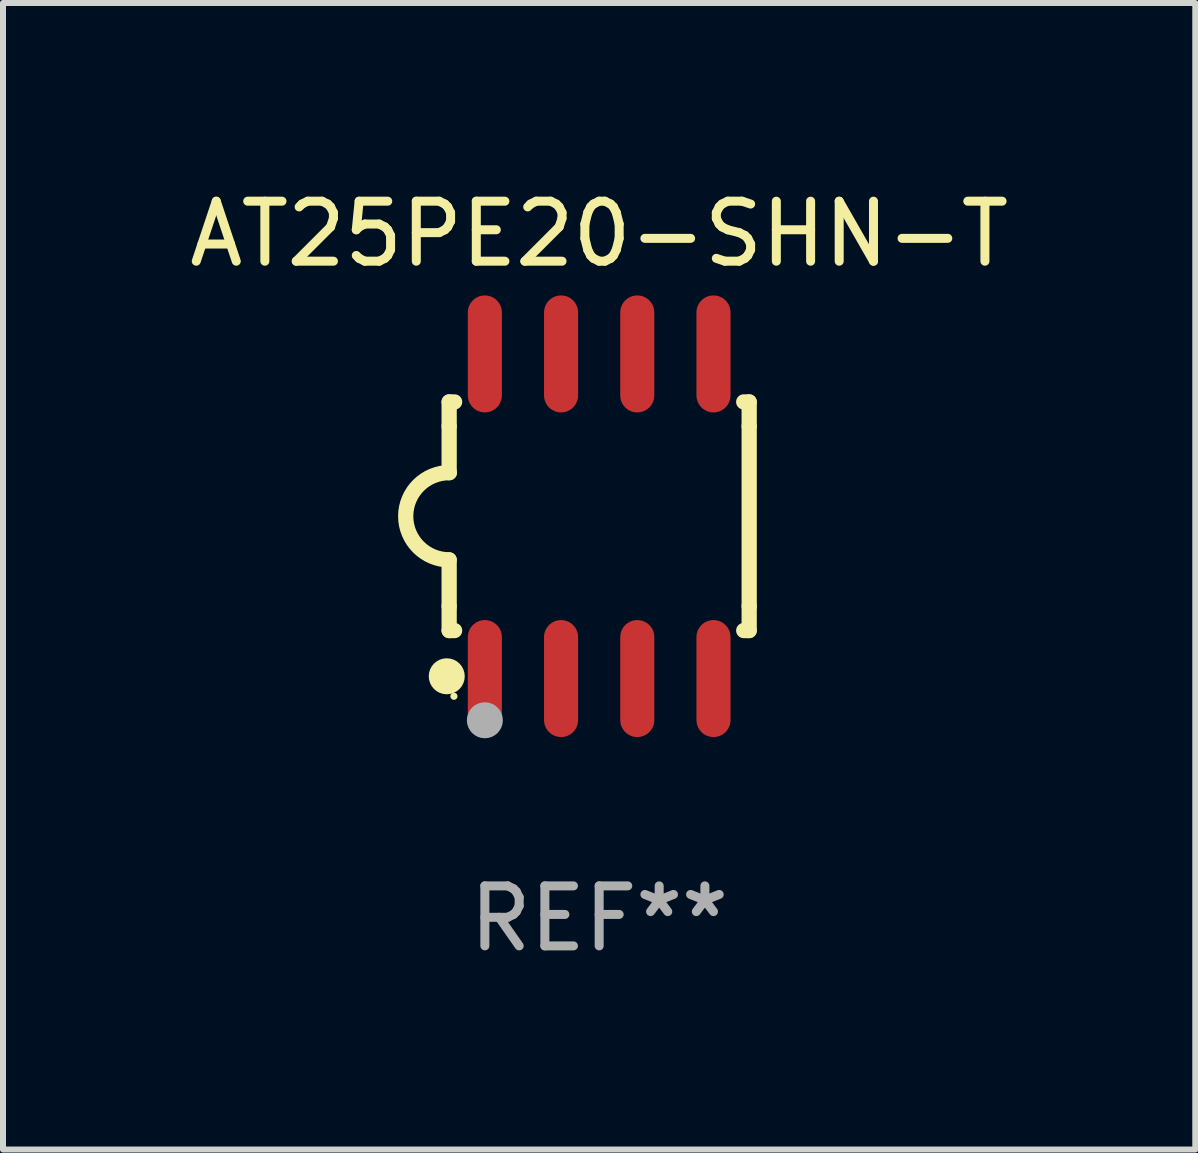
<source format=kicad_pcb>
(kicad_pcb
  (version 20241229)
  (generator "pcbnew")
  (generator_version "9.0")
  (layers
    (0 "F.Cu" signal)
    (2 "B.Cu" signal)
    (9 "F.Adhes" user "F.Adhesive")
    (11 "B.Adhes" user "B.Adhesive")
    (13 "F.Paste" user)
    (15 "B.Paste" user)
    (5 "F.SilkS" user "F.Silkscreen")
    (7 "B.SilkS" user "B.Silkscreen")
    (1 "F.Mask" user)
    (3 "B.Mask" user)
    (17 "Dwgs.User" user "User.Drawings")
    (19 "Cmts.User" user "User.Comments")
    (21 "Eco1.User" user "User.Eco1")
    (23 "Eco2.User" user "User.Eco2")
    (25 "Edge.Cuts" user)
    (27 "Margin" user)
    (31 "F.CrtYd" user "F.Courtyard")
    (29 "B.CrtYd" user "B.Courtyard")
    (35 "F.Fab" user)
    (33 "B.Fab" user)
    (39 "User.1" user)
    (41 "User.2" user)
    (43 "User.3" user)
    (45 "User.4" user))
  (footprint "AT25PE20-SHN-T"
    (layer "F.Cu")
    (at 6.935 5.553)
    (property "Reference" "AT25PE20-SHN-T" (at 0 -4.705 0) (layer "F.SilkS") (effects (font (size 1 1) (thickness 0.15))))
    (attr through_hole)
    (fp_line (start -2.5 -1.905) (end -2.409 -1.905) (stroke (width 0.254) (type solid)) (layer "F.SilkS"))
    (fp_line (start -2.5 -1.5) (end -2.5 -1.905) (stroke (width 0.254) (type solid)) (layer "F.SilkS"))
    (fp_line (start -2.5 -1.5) (end -2.5 -0.726) (stroke (width 0.254) (type solid)) (layer "F.SilkS"))
    (fp_line (start -2.5 1.5) (end -2.5 0.727) (stroke (width 0.254) (type solid)) (layer "F.SilkS"))
    (fp_line (start -2.5 1.5) (end -2.5 1.905) (stroke (width 0.254) (type solid)) (layer "F.SilkS"))
    (fp_line (start -2.5 1.905) (end -2.409 1.905) (stroke (width 0.254) (type solid)) (layer "F.SilkS"))
    (fp_line (start 2.5 -1.905) (end 2.409 -1.905) (stroke (width 0.254) (type solid)) (layer "F.SilkS"))
    (fp_line (start 2.5 -1.5) (end 2.5 -1.905) (stroke (width 0.254) (type solid)) (layer "F.SilkS"))
    (fp_line (start 2.5 -1.5) (end 2.5 1.5) (stroke (width 0.254) (type solid)) (layer "F.SilkS"))
    (fp_line (start 2.5 1.5) (end 2.5 1.905) (stroke (width 0.254) (type solid)) (layer "F.SilkS"))
    (fp_line (start 2.5 1.905) (end 2.409 1.905) (stroke (width 0.254) (type solid)) (layer "F.SilkS"))
    (fp_arc (start -2.5 0.726568) (mid -3.220316 -0.0023) (end -2.495097 -0.726289) (stroke (width 0.254001) (type solid)) (layer "F.SilkS"))
    (fp_circle (center -2.54 2.667) (end -2.39 2.667) (stroke (width 0.3) (type solid)) (fill no) (layer "F.SilkS"))
    (fp_circle (center -2.42 3) (end -2.39 3) (stroke (width 0.06) (type solid)) (fill no) (layer "F.SilkS"))
    (fp_circle (center -1.905 3.4) (end -1.755 3.4) (stroke (width 0.3) (type solid)) (fill no) (layer "F.Fab"))
    (fp_text user "REF**" (at 0 6.705 0) (layer "F.Fab") (effects (font (size 1 1) (thickness 0.15))))
    (pad "1" smd oval (at -1.905 2.705) (size 0.568 1.95) (layers "F.Cu" "F.Mask" "F.Paste"))
    (pad "2" smd oval (at -0.635 2.705) (size 0.568 1.95) (layers "F.Cu" "F.Mask" "F.Paste"))
    (pad "3" smd oval (at 0.635 2.705) (size 0.568 1.95) (layers "F.Cu" "F.Mask" "F.Paste"))
    (pad "4" smd oval (at 1.905 2.705) (size 0.568 1.95) (layers "F.Cu" "F.Mask" "F.Paste"))
    (pad "5" smd oval (at 1.905 -2.705) (size 0.568 1.95) (layers "F.Cu" "F.Mask" "F.Paste"))
    (pad "6" smd oval (at 0.635 -2.705) (size 0.568 1.95) (layers "F.Cu" "F.Mask" "F.Paste"))
    (pad "7" smd oval (at -0.635 -2.705) (size 0.568 1.95) (layers "F.Cu" "F.Mask" "F.Paste"))
    (pad "8" smd oval (at -1.905 -2.705) (size 0.568 1.95) (layers "F.Cu" "F.Mask" "F.Paste")))
  (gr_rect
    (start -3 -3)
    (end 16.869 16.107)
    (stroke (width 0.1) (type default))
    (fill no)
    (layer "Edge.Cuts")))
</source>
